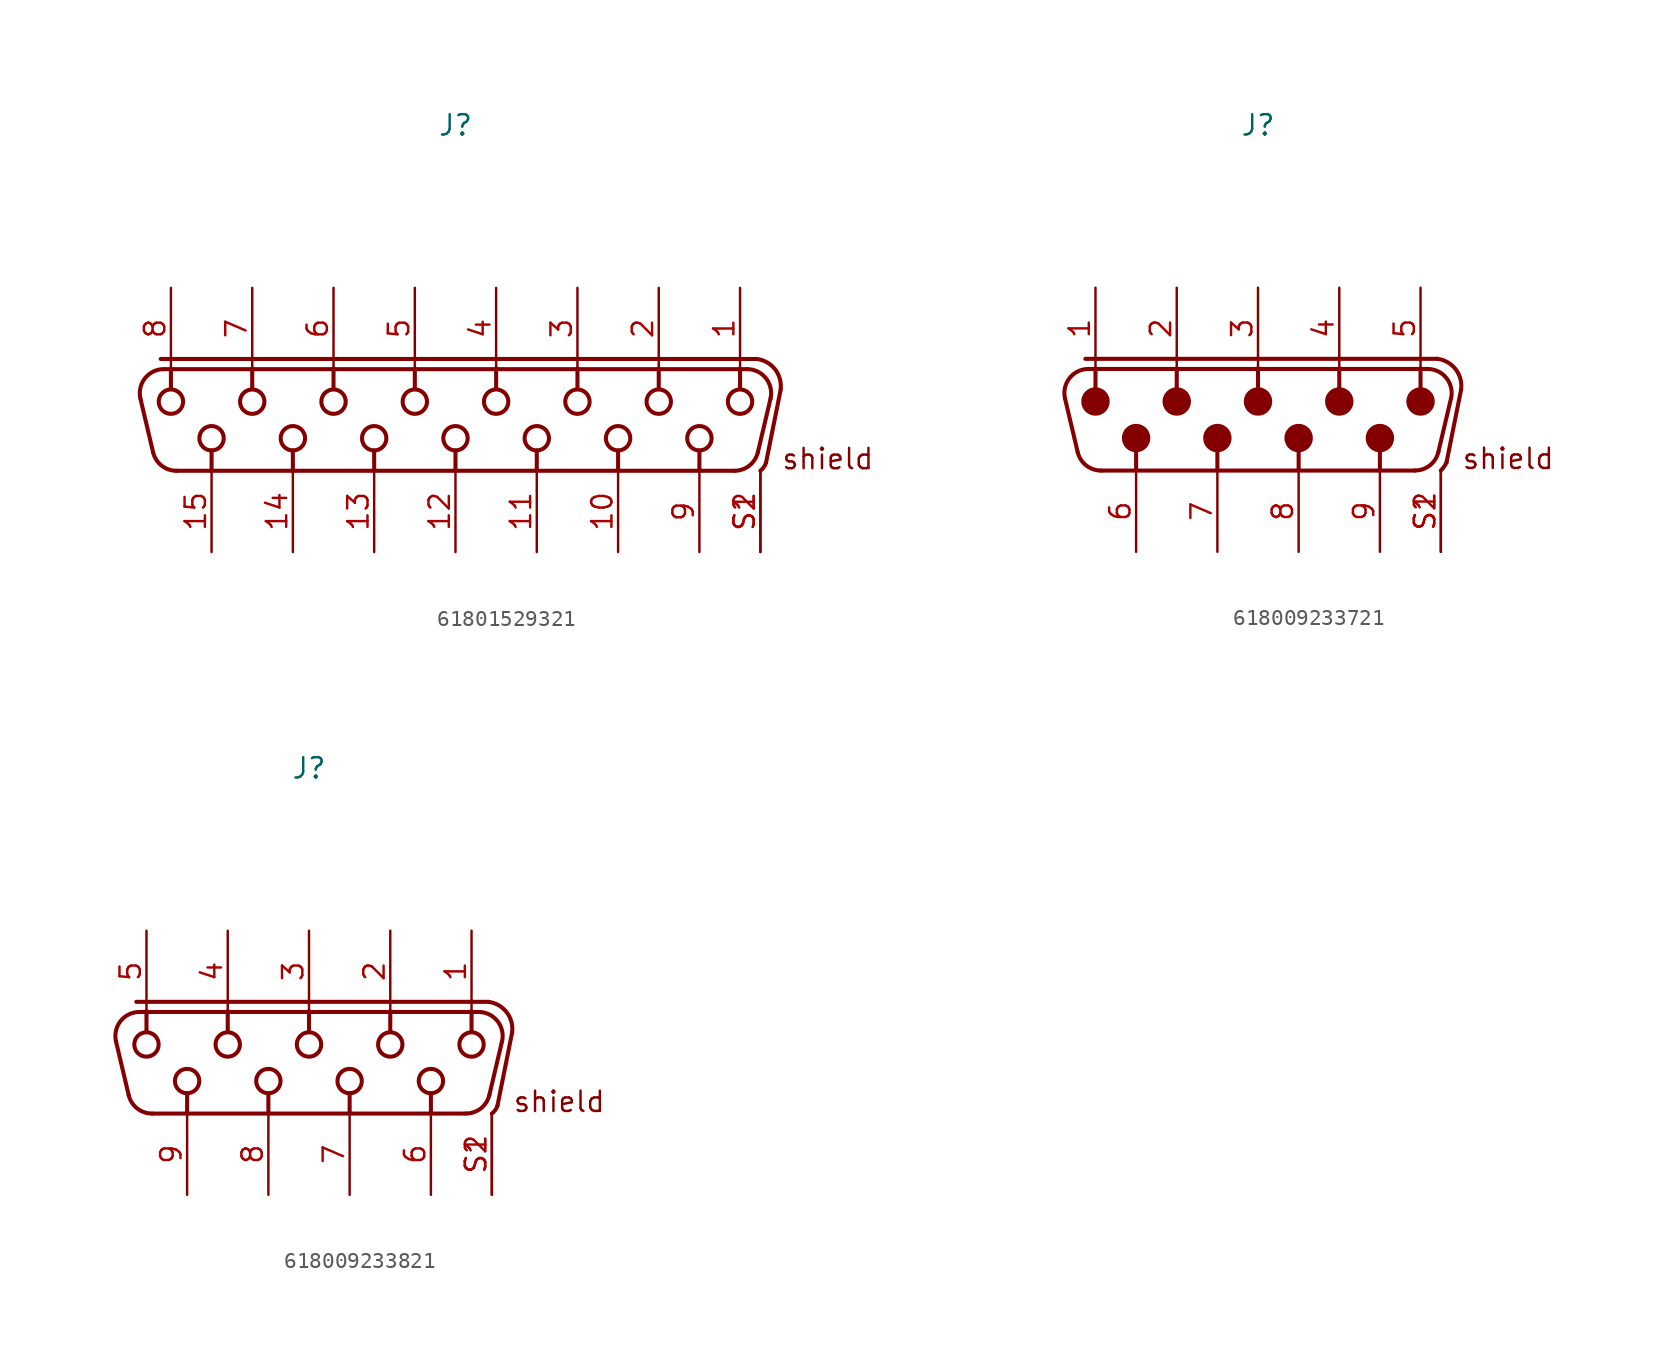
<source format=kicad_sym>
(kicad_symbol_lib
  (version 20241209)
  (generator "kicad_symbol_editor")
  (generator_version "9.0")
  (symbol "61801529321"
    (pin_names
      (hide yes))
    (property "Reference" "J"
      (at 0 17.78 0)
      (effects (font (size 1.27 1.27))))
    (symbol "61801529321_1_0"
      (polyline (pts (xy -18.893 -2.655) (xy -19.684 0.695)) (stroke (width 0.254) (type solid)) (fill (type none)))
      (polyline (pts (xy -18.415 3.175) (xy 18.82 3.175)) (stroke (width 0.254) (type solid)) (fill (type none)))
      (polyline (pts (xy -18.224 2.54) (xy 18.224 2.54)) (stroke (width 0.254) (type solid)) (fill (type none)))
      (arc (start -19.6842 0.695) (mid -19.4007 1.9707) (end -18.2243 2.54) (stroke (width 0.254) (type solid)) (fill (type none)))
      (polyline (pts (xy -17.78 2.58) (xy -17.78 1.3)) (stroke (width 0.254) (type solid)) (fill (type none)))
      (circle (center -17.78 0.508) (radius 0.762) (stroke (width 0.254) (type solid)) (fill (type none)))
      (arc (start -17.433 -3.81) (mid -18.3638 -3.4862) (end -18.8928 -2.6547) (stroke (width 0.254) (type solid)) (fill (type none)))
      (circle (center -15.24 -1.778) (radius 0.762) (stroke (width 0.254) (type solid)) (fill (type none)))
      (polyline (pts (xy -15.24 -2.54) (xy -15.24 -3.82)) (stroke (width 0.254) (type solid)) (fill (type none)))
      (polyline (pts (xy -12.7 2.58) (xy -12.7 1.3)) (stroke (width 0.254) (type solid)) (fill (type none)))
      (circle (center -12.7 0.508) (radius 0.762) (stroke (width 0.254) (type solid)) (fill (type none)))
      (circle (center -10.16 -1.778) (radius 0.762) (stroke (width 0.254) (type solid)) (fill (type none)))
      (polyline (pts (xy -10.16 -2.54) (xy -10.16 -3.82)) (stroke (width 0.254) (type solid)) (fill (type none)))
      (polyline (pts (xy -7.62 2.58) (xy -7.62 1.3)) (stroke (width 0.254) (type solid)) (fill (type none)))
      (circle (center -7.62 0.508) (radius 0.762) (stroke (width 0.254) (type solid)) (fill (type none)))
      (circle (center -5.08 -1.778) (radius 0.762) (stroke (width 0.254) (type solid)) (fill (type none)))
      (polyline (pts (xy -5.08 -2.54) (xy -5.08 -3.82)) (stroke (width 0.254) (type solid)) (fill (type none)))
      (polyline (pts (xy -2.54 2.58) (xy -2.54 1.3)) (stroke (width 0.254) (type solid)) (fill (type none)))
      (circle (center -2.54 0.508) (radius 0.762) (stroke (width 0.254) (type solid)) (fill (type none)))
      (circle (center 0 -1.778) (radius 0.762) (stroke (width 0.254) (type solid)) (fill (type none)))
      (polyline (pts (xy 0 -2.54) (xy 0 -3.82)) (stroke (width 0.254) (type solid)) (fill (type none)))
      (polyline (pts (xy 2.54 2.58) (xy 2.54 1.3)) (stroke (width 0.254) (type solid)) (fill (type none)))
      (circle (center 2.54 0.508) (radius 0.762) (stroke (width 0.254) (type solid)) (fill (type none)))
      (circle (center 5.08 -1.778) (radius 0.762) (stroke (width 0.254) (type solid)) (fill (type none)))
      (polyline (pts (xy 5.08 -2.54) (xy 5.08 -3.82)) (stroke (width 0.254) (type solid)) (fill (type none)))
      (polyline (pts (xy 7.62 2.58) (xy 7.62 1.3)) (stroke (width 0.254) (type solid)) (fill (type none)))
      (circle (center 7.62 0.508) (radius 0.762) (stroke (width 0.254) (type solid)) (fill (type none)))
      (circle (center 10.16 -1.778) (radius 0.762) (stroke (width 0.254) (type solid)) (fill (type none)))
      (polyline (pts (xy 10.16 -2.54) (xy 10.16 -3.82)) (stroke (width 0.254) (type solid)) (fill (type none)))
      (polyline (pts (xy 12.7 2.58) (xy 12.7 1.3)) (stroke (width 0.254) (type solid)) (fill (type none)))
      (circle (center 12.7 0.508) (radius 0.762) (stroke (width 0.254) (type solid)) (fill (type none)))
      (circle (center 15.24 -1.778) (radius 0.762) (stroke (width 0.254) (type solid)) (fill (type none)))
      (polyline (pts (xy 15.24 -2.54) (xy 15.24 -3.82)) (stroke (width 0.254) (type solid)) (fill (type none)))
      (arc (start 18.8928 -2.6548) (mid 18.3637 -3.4863) (end 17.4329 -3.81) (stroke (width 0.254) (type solid)) (fill (type none)))
      (polyline (pts (xy 17.433 -3.81) (xy -17.433 -3.81)) (stroke (width 0.254) (type solid)) (fill (type none)))
      (polyline (pts (xy 17.78 2.58) (xy 17.78 1.3)) (stroke (width 0.254) (type solid)) (fill (type none)))
      (circle (center 17.78 0.508) (radius 0.762) (stroke (width 0.254) (type solid)) (fill (type none)))
      (arc (start 18.2243 2.54) (mid 19.4007 1.9707) (end 19.6842 0.695) (stroke (width 0.254) (type solid)) (fill (type none)))
      (arc (start 19.4039 -3.3037) (mid 19.2648 -3.5833) (end 19.05 -3.81) (stroke (width 0.254) (type solid)) (fill (type none)))
      (arc (start 18.82 3.175) (mid 19.9664 2.5346) (end 20.32 1.27) (stroke (width 0.254) (type solid)) (fill (type none)))
      (polyline (pts (xy 19.404 -3.304) (xy 20.32 1.27)) (stroke (width 0.254) (type solid)) (fill (type none)))
      (polyline (pts (xy 19.684 0.695) (xy 18.893 -2.655)) (stroke (width 0.254) (type solid)) (fill (type none)))
      (pin passive line (at -17.78 7.62 270) (length 5.08) (name "8" (effects (font (size 1.27 1.27)))) (number "8" (effects (font (size 1.27 1.27)))))
      (pin passive line (at -15.24 -8.89 90) (length 5.08) (name "15" (effects (font (size 1.27 1.27)))) (number "15" (effects (font (size 1.27 1.27)))))
      (pin passive line (at -12.7 7.62 270) (length 5.08) (name "7" (effects (font (size 1.27 1.27)))) (number "7" (effects (font (size 1.27 1.27)))))
      (pin passive line (at -10.16 -8.89 90) (length 5.08) (name "14" (effects (font (size 1.27 1.27)))) (number "14" (effects (font (size 1.27 1.27)))))
      (pin passive line (at -7.62 7.62 270) (length 5.08) (name "6" (effects (font (size 1.27 1.27)))) (number "6" (effects (font (size 1.27 1.27)))))
      (pin passive line (at -5.08 -8.89 90) (length 5.08) (name "13" (effects (font (size 1.27 1.27)))) (number "13" (effects (font (size 1.27 1.27)))))
      (pin passive line (at -2.54 7.62 270) (length 5.08) (name "5" (effects (font (size 1.27 1.27)))) (number "5" (effects (font (size 1.27 1.27)))))
      (pin passive line (at 0 -8.89 90) (length 5.08) (name "12" (effects (font (size 1.27 1.27)))) (number "12" (effects (font (size 1.27 1.27)))))
      (pin passive line (at 2.54 7.62 270) (length 5.08) (name "4" (effects (font (size 1.27 1.27)))) (number "4" (effects (font (size 1.27 1.27)))))
      (pin passive line (at 5.08 -8.89 90) (length 5.08) (name "11" (effects (font (size 1.27 1.27)))) (number "11" (effects (font (size 1.27 1.27)))))
      (pin passive line (at 7.62 7.62 270) (length 5.08) (name "3" (effects (font (size 1.27 1.27)))) (number "3" (effects (font (size 1.27 1.27)))))
      (pin passive line (at 10.16 -8.89 90) (length 5.08) (name "10" (effects (font (size 1.27 1.27)))) (number "10" (effects (font (size 1.27 1.27)))))
      (pin passive line (at 12.7 7.62 270) (length 5.08) (name "2" (effects (font (size 1.27 1.27)))) (number "2" (effects (font (size 1.27 1.27)))))
      (pin passive line (at 15.24 -8.89 90) (length 5.08) (name "9" (effects (font (size 1.27 1.27)))) (number "9" (effects (font (size 1.27 1.27)))))
      (pin passive line (at 17.78 7.62 270) (length 5.08) (name "1" (effects (font (size 1.27 1.27)))) (number "1" (effects (font (size 1.27 1.27)))))
      (pin passive line (at 19.05 -8.89 90) (length 5.08) (name "SHIELD" (effects (font (size 1.27 1.27)))) (number "S1" (effects (font (size 1.27 1.27)))))
      (pin passive line (at 19.05 -8.89 90) (length 5.08) (name "SHIELD" (effects (font (size 1.27 1.27)))) (number "S2" (effects (font (size 1.27 1.27))))))
    (symbol "61801529321_1_1"
      (text "shield" (at 20.32 -3.81 0) (effects (font (size 1.27 1.27)) (justify left bottom)))))
  (symbol "618009233721"
    (pin_names
      (hide yes))
    (property "Reference" "J"
      (at 0 17.78 0)
      (effects (font (size 1.27 1.27))))
    (symbol "618009233721_1_0"
      (polyline (pts (xy -11.273 -2.655) (xy -12.064 0.695)) (stroke (width 0.254) (type solid)) (fill (type none)))
      (polyline (pts (xy -10.795 3.175) (xy 11.2 3.175)) (stroke (width 0.254) (type solid)) (fill (type none)))
      (polyline (pts (xy -10.604 2.54) (xy 10.604 2.54)) (stroke (width 0.254) (type solid)) (fill (type none)))
      (arc (start -12.0642 0.695) (mid -11.7807 1.9707) (end -10.6043 2.54) (stroke (width 0.254) (type solid)) (fill (type none)))
      (polyline (pts (xy -10.16 2.58) (xy -10.16 0.4)) (stroke (width 0.254) (type solid)) (fill (type none)))
      (circle (center -10.16 0.508) (radius 0.762) (stroke (width 0.254) (type solid)) (fill (type outline)))
      (arc (start -9.813 -3.81) (mid -10.7438 -3.4862) (end -11.2728 -2.6547) (stroke (width 0.254) (type solid)) (fill (type none)))
      (circle (center -7.62 -1.778) (radius 0.762) (stroke (width 0.254) (type solid)) (fill (type outline)))
      (polyline (pts (xy -7.62 -3.81) (xy -7.62 -1.63)) (stroke (width 0.254) (type solid)) (fill (type none)))
      (polyline (pts (xy -5.08 2.58) (xy -5.08 0.4)) (stroke (width 0.254) (type solid)) (fill (type none)))
      (circle (center -5.08 0.508) (radius 0.762) (stroke (width 0.254) (type solid)) (fill (type outline)))
      (circle (center -2.54 -1.778) (radius 0.762) (stroke (width 0.254) (type solid)) (fill (type outline)))
      (polyline (pts (xy -2.54 -3.81) (xy -2.54 -1.63)) (stroke (width 0.254) (type solid)) (fill (type none)))
      (polyline (pts (xy 0 2.58) (xy 0 0.4)) (stroke (width 0.254) (type solid)) (fill (type none)))
      (circle (center 0 0.508) (radius 0.762) (stroke (width 0.254) (type solid)) (fill (type outline)))
      (circle (center 2.54 -1.778) (radius 0.762) (stroke (width 0.254) (type solid)) (fill (type outline)))
      (polyline (pts (xy 2.54 -3.81) (xy 2.54 -1.63)) (stroke (width 0.254) (type solid)) (fill (type none)))
      (polyline (pts (xy 5.08 2.58) (xy 5.08 0.4)) (stroke (width 0.254) (type solid)) (fill (type none)))
      (circle (center 5.08 0.508) (radius 0.762) (stroke (width 0.254) (type solid)) (fill (type outline)))
      (circle (center 7.62 -1.778) (radius 0.762) (stroke (width 0.254) (type solid)) (fill (type outline)))
      (polyline (pts (xy 7.62 -3.81) (xy 7.62 -1.63)) (stroke (width 0.254) (type solid)) (fill (type none)))
      (arc (start 11.2728 -2.6548) (mid 10.7437 -3.4863) (end 9.8129 -3.81) (stroke (width 0.254) (type solid)) (fill (type none)))
      (polyline (pts (xy 9.813 -3.81) (xy -9.813 -3.81)) (stroke (width 0.254) (type solid)) (fill (type none)))
      (polyline (pts (xy 10.16 2.58) (xy 10.16 0.4)) (stroke (width 0.254) (type solid)) (fill (type none)))
      (circle (center 10.16 0.508) (radius 0.762) (stroke (width 0.254) (type solid)) (fill (type outline)))
      (arc (start 11.7839 -3.3037) (mid 11.6289 -3.5722) (end 11.43 -3.81) (stroke (width 0.254) (type solid)) (fill (type none)))
      (arc (start 10.6043 2.54) (mid 11.7807 1.9707) (end 12.0642 0.695) (stroke (width 0.254) (type solid)) (fill (type none)))
      (arc (start 11.2 3.175) (mid 12.3464 2.5346) (end 12.7 1.27) (stroke (width 0.254) (type solid)) (fill (type none)))
      (polyline (pts (xy 11.784 -3.304) (xy 12.7 1.27)) (stroke (width 0.254) (type solid)) (fill (type none)))
      (polyline (pts (xy 12.064 0.695) (xy 11.273 -2.655)) (stroke (width 0.254) (type solid)) (fill (type none)))
      (pin passive line (at -10.16 7.62 270) (length 5.08) (name "1" (effects (font (size 1.27 1.27)))) (number "1" (effects (font (size 1.27 1.27)))))
      (pin passive line (at -7.62 -8.89 90) (length 5.08) (name "6" (effects (font (size 1.27 1.27)))) (number "6" (effects (font (size 1.27 1.27)))))
      (pin passive line (at -5.08 7.62 270) (length 5.08) (name "2" (effects (font (size 1.27 1.27)))) (number "2" (effects (font (size 1.27 1.27)))))
      (pin passive line (at -2.54 -8.89 90) (length 5.08) (name "7" (effects (font (size 1.27 1.27)))) (number "7" (effects (font (size 1.27 1.27)))))
      (pin passive line (at 0 7.62 270) (length 5.08) (name "3" (effects (font (size 1.27 1.27)))) (number "3" (effects (font (size 1.27 1.27)))))
      (pin passive line (at 2.54 -8.89 90) (length 5.08) (name "8" (effects (font (size 1.27 1.27)))) (number "8" (effects (font (size 1.27 1.27)))))
      (pin passive line (at 5.08 7.62 270) (length 5.08) (name "4" (effects (font (size 1.27 1.27)))) (number "4" (effects (font (size 1.27 1.27)))))
      (pin passive line (at 7.62 -8.89 90) (length 5.08) (name "9" (effects (font (size 1.27 1.27)))) (number "9" (effects (font (size 1.27 1.27)))))
      (pin passive line (at 10.16 7.62 270) (length 5.08) (name "5" (effects (font (size 1.27 1.27)))) (number "5" (effects (font (size 1.27 1.27)))))
      (pin passive line (at 11.43 -8.89 90) (length 5.08) (name "SHIELD" (effects (font (size 1.27 1.27)))) (number "S1" (effects (font (size 1.27 1.27)))))
      (pin passive line (at 11.43 -8.89 90) (length 5.08) (name "SHIELD" (effects (font (size 1.27 1.27)))) (number "S2" (effects (font (size 1.27 1.27))))))
    (symbol "618009233721_1_1"
      (text "shield" (at 12.7 -3.81 0) (effects (font (size 1.27 1.27)) (justify left bottom)))))
  (symbol "618009233821"
    (pin_names
      (hide yes))
    (property "Reference" "J"
      (at 0 17.78 0)
      (effects (font (size 1.27 1.27))))
    (symbol "618009233821_1_0"
      (polyline (pts (xy -11.273 -2.655) (xy -12.064 0.695)) (stroke (width 0.254) (type solid)) (fill (type none)))
      (polyline (pts (xy -10.795 3.175) (xy 11.2 3.175)) (stroke (width 0.254) (type solid)) (fill (type none)))
      (polyline (pts (xy -10.604 2.54) (xy 10.604 2.54)) (stroke (width 0.254) (type solid)) (fill (type none)))
      (arc (start -12.0642 0.695) (mid -11.7807 1.9707) (end -10.6043 2.54) (stroke (width 0.254) (type solid)) (fill (type none)))
      (polyline (pts (xy -10.16 2.58) (xy -10.16 1.3)) (stroke (width 0.254) (type solid)) (fill (type none)))
      (circle (center -10.16 0.508) (radius 0.762) (stroke (width 0.254) (type solid)) (fill (type none)))
      (arc (start -9.813 -3.81) (mid -10.7438 -3.4862) (end -11.2728 -2.6547) (stroke (width 0.254) (type solid)) (fill (type none)))
      (circle (center -7.62 -1.778) (radius 0.762) (stroke (width 0.254) (type solid)) (fill (type none)))
      (polyline (pts (xy -7.62 -2.54) (xy -7.62 -3.82)) (stroke (width 0.254) (type solid)) (fill (type none)))
      (polyline (pts (xy -5.08 2.58) (xy -5.08 1.3)) (stroke (width 0.254) (type solid)) (fill (type none)))
      (circle (center -5.08 0.508) (radius 0.762) (stroke (width 0.254) (type solid)) (fill (type none)))
      (circle (center -2.54 -1.778) (radius 0.762) (stroke (width 0.254) (type solid)) (fill (type none)))
      (polyline (pts (xy -2.54 -2.54) (xy -2.54 -3.82)) (stroke (width 0.254) (type solid)) (fill (type none)))
      (polyline (pts (xy 0 2.58) (xy 0 1.3)) (stroke (width 0.254) (type solid)) (fill (type none)))
      (circle (center 0 0.508) (radius 0.762) (stroke (width 0.254) (type solid)) (fill (type none)))
      (circle (center 2.54 -1.778) (radius 0.762) (stroke (width 0.254) (type solid)) (fill (type none)))
      (polyline (pts (xy 2.54 -2.54) (xy 2.54 -3.82)) (stroke (width 0.254) (type solid)) (fill (type none)))
      (polyline (pts (xy 5.08 2.58) (xy 5.08 1.3)) (stroke (width 0.254) (type solid)) (fill (type none)))
      (circle (center 5.08 0.508) (radius 0.762) (stroke (width 0.254) (type solid)) (fill (type none)))
      (circle (center 7.62 -1.778) (radius 0.762) (stroke (width 0.254) (type solid)) (fill (type none)))
      (polyline (pts (xy 7.62 -2.54) (xy 7.62 -3.82)) (stroke (width 0.254) (type solid)) (fill (type none)))
      (arc (start 11.2728 -2.6548) (mid 10.7437 -3.4863) (end 9.8129 -3.81) (stroke (width 0.254) (type solid)) (fill (type none)))
      (polyline (pts (xy 9.813 -3.81) (xy -9.813 -3.81)) (stroke (width 0.254) (type solid)) (fill (type none)))
      (polyline (pts (xy 10.16 2.58) (xy 10.16 1.3)) (stroke (width 0.254) (type solid)) (fill (type none)))
      (circle (center 10.16 0.508) (radius 0.762) (stroke (width 0.254) (type solid)) (fill (type none)))
      (arc (start 10.6043 2.54) (mid 11.7807 1.9707) (end 12.0642 0.695) (stroke (width 0.254) (type solid)) (fill (type none)))
      (arc (start 11.7839 -3.3037) (mid 11.6448 -3.5833) (end 11.43 -3.81) (stroke (width 0.254) (type solid)) (fill (type none)))
      (arc (start 11.2 3.175) (mid 12.3464 2.5346) (end 12.7 1.27) (stroke (width 0.254) (type solid)) (fill (type none)))
      (polyline (pts (xy 11.784 -3.304) (xy 12.7 1.27)) (stroke (width 0.254) (type solid)) (fill (type none)))
      (polyline (pts (xy 12.064 0.695) (xy 11.273 -2.655)) (stroke (width 0.254) (type solid)) (fill (type none)))
      (pin passive line (at -10.16 7.62 270) (length 5.08) (name "5" (effects (font (size 1.27 1.27)))) (number "5" (effects (font (size 1.27 1.27)))))
      (pin passive line (at -7.62 -8.89 90) (length 5.08) (name "9" (effects (font (size 1.27 1.27)))) (number "9" (effects (font (size 1.27 1.27)))))
      (pin passive line (at -5.08 7.62 270) (length 5.08) (name "4" (effects (font (size 1.27 1.27)))) (number "4" (effects (font (size 1.27 1.27)))))
      (pin passive line (at -2.54 -8.89 90) (length 5.08) (name "8" (effects (font (size 1.27 1.27)))) (number "8" (effects (font (size 1.27 1.27)))))
      (pin passive line (at 0 7.62 270) (length 5.08) (name "3" (effects (font (size 1.27 1.27)))) (number "3" (effects (font (size 1.27 1.27)))))
      (pin passive line (at 2.54 -8.89 90) (length 5.08) (name "7" (effects (font (size 1.27 1.27)))) (number "7" (effects (font (size 1.27 1.27)))))
      (pin passive line (at 5.08 7.62 270) (length 5.08) (name "2" (effects (font (size 1.27 1.27)))) (number "2" (effects (font (size 1.27 1.27)))))
      (pin passive line (at 7.62 -8.89 90) (length 5.08) (name "6" (effects (font (size 1.27 1.27)))) (number "6" (effects (font (size 1.27 1.27)))))
      (pin passive line (at 10.16 7.62 270) (length 5.08) (name "1" (effects (font (size 1.27 1.27)))) (number "1" (effects (font (size 1.27 1.27)))))
      (pin passive line (at 11.43 -8.89 90) (length 5.08) (name "SHIELD" (effects (font (size 1.27 1.27)))) (number "S1" (effects (font (size 1.27 1.27)))))
      (pin passive line (at 11.43 -8.89 90) (length 5.08) (name "SHIELD" (effects (font (size 1.27 1.27)))) (number "S2" (effects (font (size 1.27 1.27))))))
    (symbol "618009233821_1_1"
      (text "shield" (at 12.7 -3.81 0) (effects (font (size 1.27 1.27)) (justify left bottom))))))
</source>
